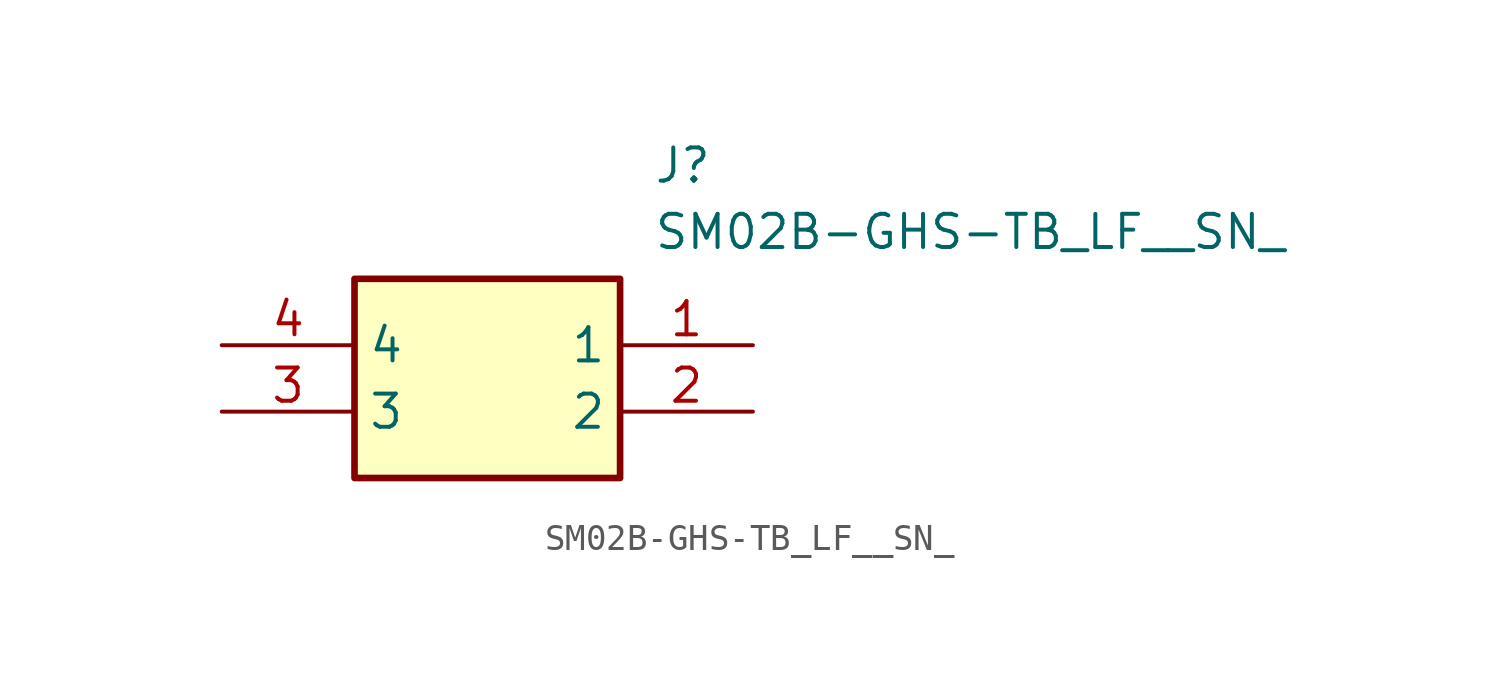
<source format=kicad_sym>
(kicad_symbol_lib
  (version 20211014)
  (generator SamacSys_ECAD_Model)
  (symbol "SM02B-GHS-TB_LF__SN_"
    (property "Reference" "J"
      (at 16.51 7.62 0)
      (effects (font (size 1.27 1.27)) (justify left top)))
    (property "Value" "SM02B-GHS-TB_LF__SN_"
      (at 16.51 5.08 0)
      (effects (font (size 1.27 1.27)) (justify left top)))
    (rectangle
      (start 5.08 2.54)
      (end 15.24 -5.08)
      (stroke (width 0.254) (type default))
      (fill (type background)))
    (pin passive line
      (at 20.32 0 180)
      (length 5.08)
      (name "1" (effects (font (size 1.27 1.27))))
      (number "1" (effects (font (size 1.27 1.27)))))
    (pin passive line
      (at 20.32 -2.54 180)
      (length 5.08)
      (name "2" (effects (font (size 1.27 1.27))))
      (number "2" (effects (font (size 1.27 1.27)))))
    (pin passive line
      (at 0 -2.54 0)
      (length 5.08)
      (name "3" (effects (font (size 1.27 1.27))))
      (number "3" (effects (font (size 1.27 1.27)))))
    (pin passive line
      (at 0 0 0)
      (length 5.08)
      (name "4" (effects (font (size 1.27 1.27))))
      (number "4" (effects (font (size 1.27 1.27)))))))
</source>
